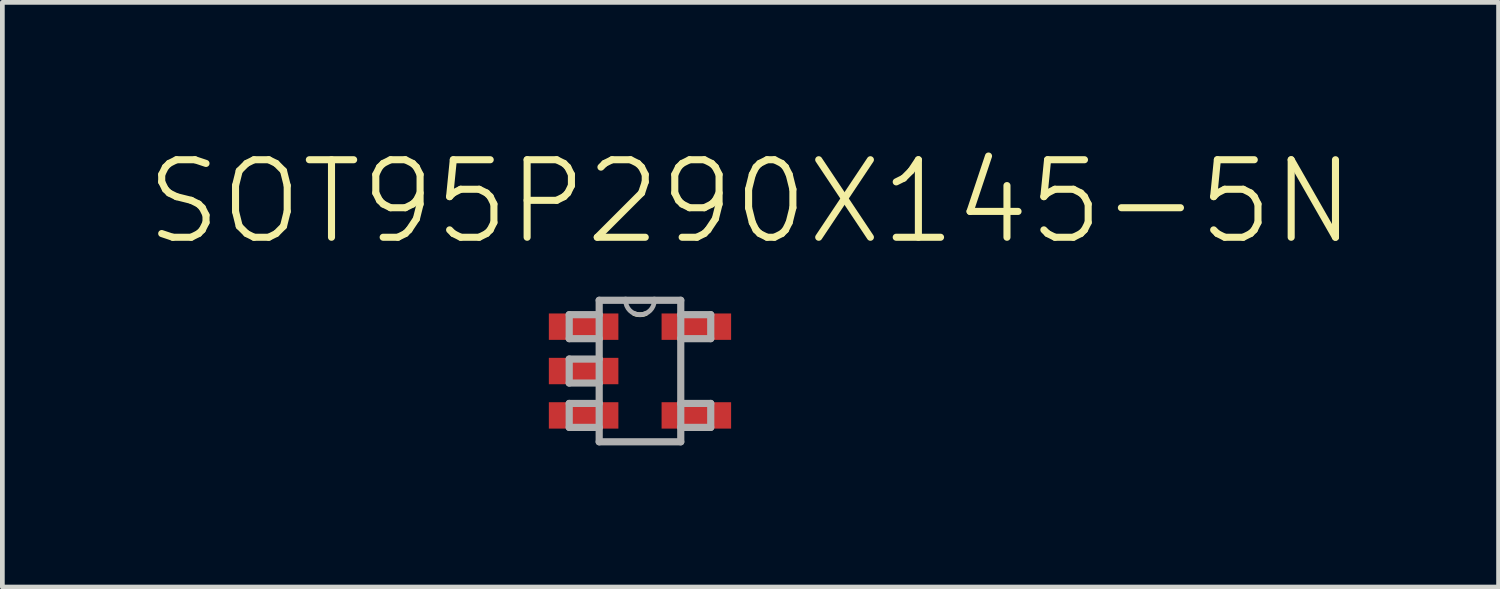
<source format=kicad_pcb>
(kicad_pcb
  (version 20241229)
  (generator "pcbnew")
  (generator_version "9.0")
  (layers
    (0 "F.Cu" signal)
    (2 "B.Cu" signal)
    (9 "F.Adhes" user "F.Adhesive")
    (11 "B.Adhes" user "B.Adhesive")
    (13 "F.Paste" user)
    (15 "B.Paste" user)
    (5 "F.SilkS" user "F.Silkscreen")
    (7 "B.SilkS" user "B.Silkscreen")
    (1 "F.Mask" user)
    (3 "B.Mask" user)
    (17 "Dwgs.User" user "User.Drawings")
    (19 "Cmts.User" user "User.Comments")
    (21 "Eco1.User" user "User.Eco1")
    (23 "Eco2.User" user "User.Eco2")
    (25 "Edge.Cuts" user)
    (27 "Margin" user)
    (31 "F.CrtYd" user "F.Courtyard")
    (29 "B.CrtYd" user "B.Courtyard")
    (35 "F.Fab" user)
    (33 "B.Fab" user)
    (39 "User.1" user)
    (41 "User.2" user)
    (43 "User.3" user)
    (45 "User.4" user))
  (footprint "SOT95P290X145-5N"
    (layer "F.Cu")
    (at 10.507 4.81)
    (property "Reference" "SOT95P290X145-5N" (at 2.34 -3.586 0) (layer "F.SilkS") (effects (font (size 1.642 1.642) (thickness 0.15))))
    (attr smd)
    (fp_arc (start 0.127 -1.2192) (mid 0 -1.192205) (end -0.127 -1.2192) (stroke (width 0.1) (type solid)) (layer "F.SilkS"))
    (fp_line (start -1.499 -1.194) (end -1.499 -0.686) (stroke (width 0.152) (type solid)) (layer "F.Fab"))
    (fp_line (start -1.499 -0.686) (end -0.864 -0.686) (stroke (width 0.152) (type solid)) (layer "F.Fab"))
    (fp_line (start -1.499 -0.254) (end -1.499 0.254) (stroke (width 0.152) (type solid)) (layer "F.Fab"))
    (fp_line (start -1.499 0.254) (end -0.864 0.254) (stroke (width 0.152) (type solid)) (layer "F.Fab"))
    (fp_line (start -1.499 0.686) (end -1.499 1.194) (stroke (width 0.152) (type solid)) (layer "F.Fab"))
    (fp_line (start -1.499 1.194) (end -0.864 1.194) (stroke (width 0.152) (type solid)) (layer "F.Fab"))
    (fp_line (start -0.864 -1.499) (end -0.864 -1.194) (stroke (width 0.152) (type solid)) (layer "F.Fab"))
    (fp_line (start -0.864 -1.194) (end -1.499 -1.194) (stroke (width 0.152) (type solid)) (layer "F.Fab"))
    (fp_line (start -0.864 -1.194) (end -0.864 -0.686) (stroke (width 0.152) (type solid)) (layer "F.Fab"))
    (fp_line (start -0.864 -0.686) (end -0.864 -0.254) (stroke (width 0.152) (type solid)) (layer "F.Fab"))
    (fp_line (start -0.864 -0.254) (end -1.499 -0.254) (stroke (width 0.152) (type solid)) (layer "F.Fab"))
    (fp_line (start -0.864 -0.254) (end -0.864 0.254) (stroke (width 0.152) (type solid)) (layer "F.Fab"))
    (fp_line (start -0.864 0.254) (end -0.864 0.686) (stroke (width 0.152) (type solid)) (layer "F.Fab"))
    (fp_line (start -0.864 0.686) (end -1.499 0.686) (stroke (width 0.152) (type solid)) (layer "F.Fab"))
    (fp_line (start -0.864 1.194) (end -0.864 0.686) (stroke (width 0.152) (type solid)) (layer "F.Fab"))
    (fp_line (start -0.864 1.499) (end -0.864 1.194) (stroke (width 0.152) (type solid)) (layer "F.Fab"))
    (fp_line (start -0.864 1.499) (end 0.864 1.499) (stroke (width 0.152) (type solid)) (layer "F.Fab"))
    (fp_line (start -0.305 -1.499) (end -0.864 -1.499) (stroke (width 0.152) (type solid)) (layer "F.Fab"))
    (fp_line (start 0.305 -1.499) (end -0.305 -1.499) (stroke (width 0.152) (type solid)) (layer "F.Fab"))
    (fp_line (start 0.864 -1.499) (end 0.305 -1.499) (stroke (width 0.152) (type solid)) (layer "F.Fab"))
    (fp_line (start 0.864 -1.499) (end 0.864 -1.194) (stroke (width 0.152) (type solid)) (layer "F.Fab"))
    (fp_line (start 0.864 -1.194) (end 0.864 -0.686) (stroke (width 0.152) (type solid)) (layer "F.Fab"))
    (fp_line (start 0.864 -0.686) (end 1.499 -0.686) (stroke (width 0.152) (type solid)) (layer "F.Fab"))
    (fp_line (start 0.864 0.686) (end 0.864 -0.686) (stroke (width 0.152) (type solid)) (layer "F.Fab"))
    (fp_line (start 0.864 1.194) (end 0.864 0.686) (stroke (width 0.152) (type solid)) (layer "F.Fab"))
    (fp_line (start 0.864 1.194) (end 1.499 1.194) (stroke (width 0.152) (type solid)) (layer "F.Fab"))
    (fp_line (start 0.864 1.499) (end 0.864 1.194) (stroke (width 0.152) (type solid)) (layer "F.Fab"))
    (fp_line (start 1.499 -1.194) (end 0.864 -1.194) (stroke (width 0.152) (type solid)) (layer "F.Fab"))
    (fp_line (start 1.499 -0.686) (end 1.499 -1.194) (stroke (width 0.152) (type solid)) (layer "F.Fab"))
    (fp_line (start 1.499 0.686) (end 0.864 0.686) (stroke (width 0.152) (type solid)) (layer "F.Fab"))
    (fp_line (start 1.499 1.194) (end 1.499 0.686) (stroke (width 0.152) (type solid)) (layer "F.Fab"))
    (fp_arc (start 0.3048 -1.4986) (mid 0 -1.1938) (end -0.3048 -1.4986) (stroke (width 0.1) (type solid)) (layer "F.Fab"))
    (pad "1" smd rect (at -1.194 -0.94) (size 1.473 0.559) (layers "F.Cu" "F.Mask" "F.Paste"))
    (pad "2" smd rect (at -1.194 0) (size 1.473 0.559) (layers "F.Cu" "F.Mask" "F.Paste"))
    (pad "3" smd rect (at -1.194 0.94) (size 1.473 0.559) (layers "F.Cu" "F.Mask" "F.Paste"))
    (pad "4" smd rect (at 1.194 0.94) (size 1.473 0.559) (layers "F.Cu" "F.Mask" "F.Paste"))
    (pad "5" smd rect (at 1.194 -0.94) (size 1.473 0.559) (layers "F.Cu" "F.Mask" "F.Paste")))
  (gr_rect
    (start -3 -3)
    (end 28.695 9.385)
    (stroke (width 0.1) (type default))
    (fill no)
    (layer "Edge.Cuts")))
</source>
